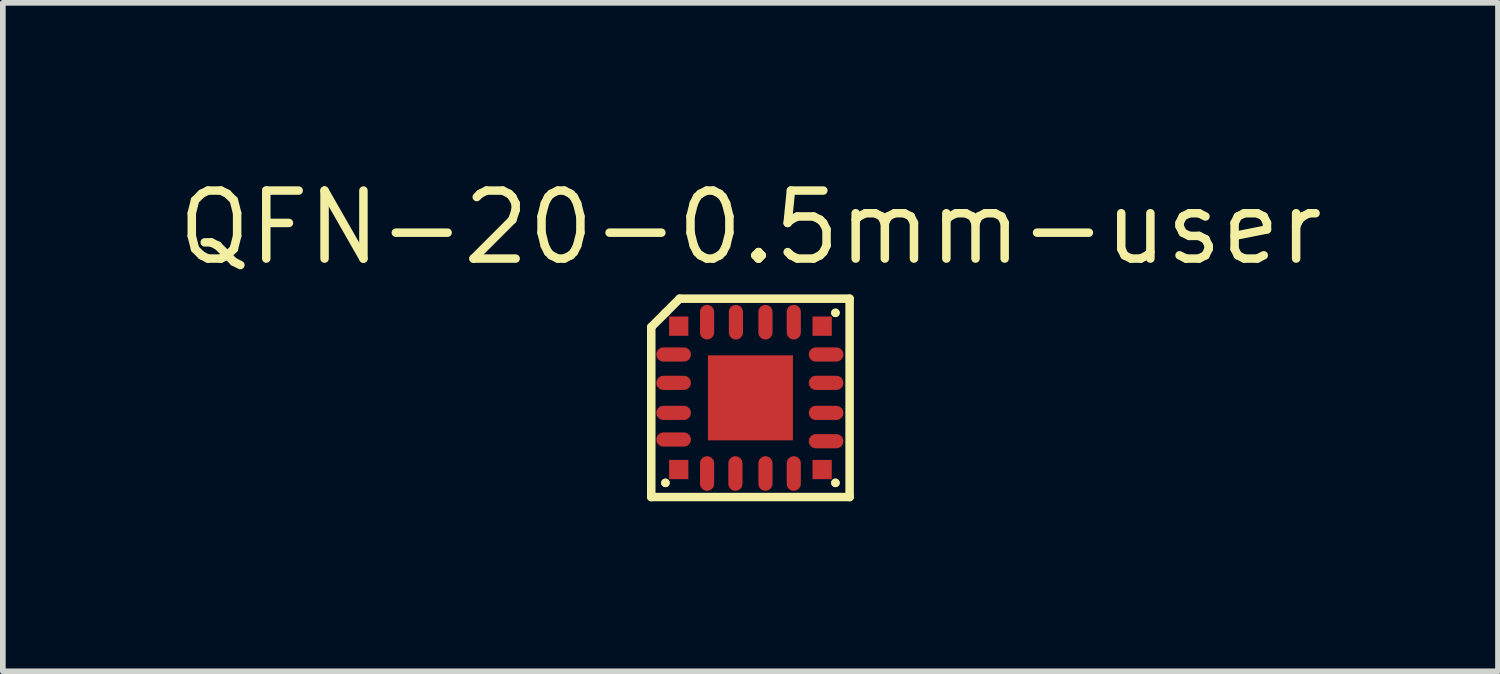
<source format=kicad_pcb>
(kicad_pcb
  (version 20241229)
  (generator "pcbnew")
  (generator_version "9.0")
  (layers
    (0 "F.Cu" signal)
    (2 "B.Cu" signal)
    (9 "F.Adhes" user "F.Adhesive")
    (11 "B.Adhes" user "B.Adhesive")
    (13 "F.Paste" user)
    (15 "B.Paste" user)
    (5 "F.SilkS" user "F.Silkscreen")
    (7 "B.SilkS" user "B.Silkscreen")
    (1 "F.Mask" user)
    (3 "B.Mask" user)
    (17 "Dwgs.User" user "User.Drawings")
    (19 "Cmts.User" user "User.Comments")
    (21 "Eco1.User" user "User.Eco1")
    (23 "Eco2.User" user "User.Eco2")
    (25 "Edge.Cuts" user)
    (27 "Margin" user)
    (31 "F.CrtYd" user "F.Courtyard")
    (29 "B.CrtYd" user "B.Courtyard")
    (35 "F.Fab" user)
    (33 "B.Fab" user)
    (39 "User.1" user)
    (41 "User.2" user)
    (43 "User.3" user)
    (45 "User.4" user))
  (footprint "QFN-20-0.5mm-user"
    (layer "F.Cu")
    (at 10.191 3.97)
    (property "Reference" "QFN-20-0.5mm-user" (at 0 -3.005 0) (layer "F.SilkS") (effects (font (size 1.2 1.2) (thickness 0.15))))
    (attr through_hole)
    (fp_line (start -1.75 -1.25) (end -1.75 1.75) (stroke (width 0.15) (type solid)) (layer "F.SilkS"))
    (fp_line (start -1.75 1.75) (end 1.75 1.75) (stroke (width 0.15) (type solid)) (layer "F.SilkS"))
    (fp_line (start -1.5 -1.5) (end -1.5 -1.5) (stroke (width 0.15) (type solid)) (layer "F.SilkS"))
    (fp_line (start -1.5 1.5) (end -1.5 1.5) (stroke (width 0.15) (type solid)) (layer "F.SilkS"))
    (fp_line (start -1.5 1.5) (end -1.5 1.5) (stroke (width 0.15) (type solid)) (layer "F.SilkS"))
    (fp_line (start -1.25 -1.75) (end -1.75 -1.25) (stroke (width 0.15) (type solid)) (layer "F.SilkS"))
    (fp_line (start 1.5 -1.5) (end 1.5 -1.5) (stroke (width 0.15) (type solid)) (layer "F.SilkS"))
    (fp_line (start 1.5 -1.5) (end 1.5 -1.5) (stroke (width 0.15) (type solid)) (layer "F.SilkS"))
    (fp_line (start 1.5 1.5) (end 1.5 1.5) (stroke (width 0.15) (type solid)) (layer "F.SilkS"))
    (fp_line (start 1.5 1.5) (end 1.5 1.5) (stroke (width 0.15) (type solid)) (layer "F.SilkS"))
    (fp_line (start 1.75 -1.75) (end -1.25 -1.75) (stroke (width 0.15) (type solid)) (layer "F.SilkS"))
    (fp_line (start 1.75 1.75) (end 1.75 -1.75) (stroke (width 0.15) (type solid)) (layer "F.SilkS"))
    (pad "1" smd rect (at -1.265 -1.265 90) (size 0.34 0.34) (layers "F.Cu" "F.Mask" "F.Paste"))
    (pad "2" smd oval (at -1.355 -0.765 90) (size 0.25 0.61) (layers "F.Cu" "F.Mask" "F.Paste"))
    (pad "3" smd oval (at -1.355 -0.265 90) (size 0.25 0.61) (layers "F.Cu" "F.Mask" "F.Paste"))
    (pad "4" smd oval (at -1.355 0.265 90) (size 0.25 0.61) (layers "F.Cu" "F.Mask" "F.Paste"))
    (pad "5" smd oval (at -1.355 0.735 90) (size 0.25 0.61) (layers "F.Cu" "F.Mask" "F.Paste"))
    (pad "6" smd rect (at -1.265 1.265) (size 0.34 0.34) (layers "F.Cu" "F.Mask" "F.Paste"))
    (pad "7" smd oval (at -0.765 1.335) (size 0.25 0.61) (layers "F.Cu" "F.Mask" "F.Paste"))
    (pad "8" smd oval (at -0.265 1.335) (size 0.25 0.61) (layers "F.Cu" "F.Mask" "F.Paste"))
    (pad "9" smd oval (at 0.265 1.335) (size 0.25 0.61) (layers "F.Cu" "F.Mask" "F.Paste"))
    (pad "10" smd oval (at 0.765 1.335) (size 0.25 0.61) (layers "F.Cu" "F.Mask" "F.Paste"))
    (pad "11" smd rect (at 1.265 1.265 90) (size 0.34 0.34) (layers "F.Cu" "F.Mask" "F.Paste"))
    (pad "12" smd oval (at 1.335 0.765 90) (size 0.25 0.61) (layers "F.Cu" "F.Mask" "F.Paste"))
    (pad "13" smd oval (at 1.335 0.265 90) (size 0.25 0.61) (layers "F.Cu" "F.Mask" "F.Paste"))
    (pad "14" smd oval (at 1.335 -0.265 90) (size 0.25 0.61) (layers "F.Cu" "F.Mask" "F.Paste"))
    (pad "15" smd oval (at 1.335 -0.765 90) (size 0.25 0.61) (layers "F.Cu" "F.Mask" "F.Paste"))
    (pad "16" smd rect (at 1.265 -1.265) (size 0.34 0.34) (layers "F.Cu" "F.Mask" "F.Paste"))
    (pad "17" smd oval (at 0.765 -1.335) (size 0.25 0.61) (layers "F.Cu" "F.Mask" "F.Paste"))
    (pad "18" smd oval (at 0.265 -1.335) (size 0.25 0.61) (layers "F.Cu" "F.Mask" "F.Paste"))
    (pad "19" smd oval (at -0.256 -1.335) (size 0.25 0.61) (layers "F.Cu" "F.Mask" "F.Paste"))
    (pad "20" smd oval (at -0.765 -1.335) (size 0.25 0.61) (layers "F.Cu" "F.Mask" "F.Paste"))
    (pad "21" smd rect (at 0 0) (size 1.5 1.5) (layers "F.Cu" "F.Mask" "F.Paste")))
  (gr_rect
    (start -3 -3)
    (end 23.381 8.795)
    (stroke (width 0.1) (type default))
    (fill no)
    (layer "Edge.Cuts")))
</source>
